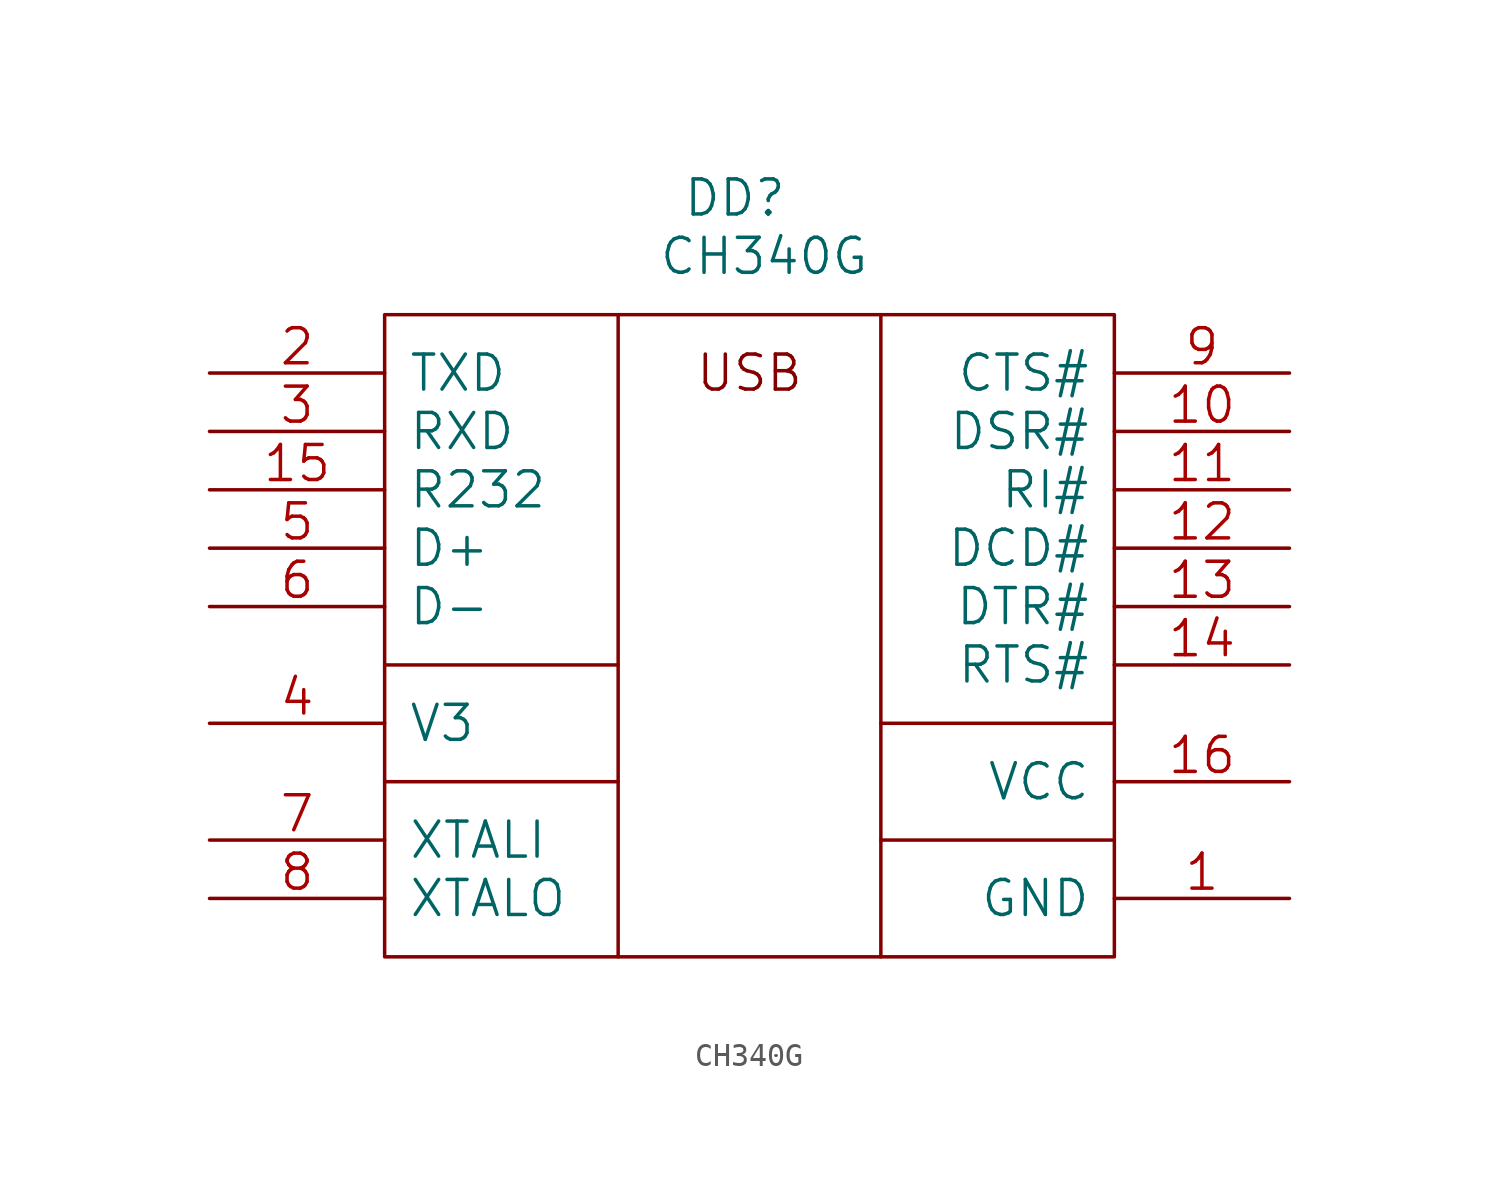
<source format=kicad_sym>
(kicad_symbol_lib
  (version 20211014)
  (generator kicad_symbol_editor)
  (symbol "CH340G"
    (pin_names
      (offset 1.016))
    (property "Reference" "DD"
      (at 15.24 5.08 0)
      (effects (font (size 1.524 1.524))))
    (property "Value" "CH340G"
      (at 16.51 2.54 0)
      (effects (font (size 1.524 1.524))))
    (property "Footprint" ""
      (at 0 0 0)
      (effects (font (size 1.524 1.524))))
    (property "Datasheet" ""
      (at 0 0 0)
      (effects (font (size 1.524 1.524))))
    (symbol "CH340G_0_0"
      (text "USB" (at 15.875 -2.54 0) (effects (font (size 1.524 1.524))))
      (pin passive line (at 39.37 -25.4 180) (length 7.62) (name "GND" (effects (font (size 1.524 1.524)))) (number "1" (effects (font (size 1.524 1.524)))))
      (pin input line (at 39.37 -5.08 180) (length 7.62) (name "DSR#" (effects (font (size 1.524 1.524)))) (number "10" (effects (font (size 1.524 1.524)))))
      (pin input line (at 39.37 -7.62 180) (length 7.62) (name "RI#" (effects (font (size 1.524 1.524)))) (number "11" (effects (font (size 1.524 1.524)))))
      (pin input line (at 39.37 -10.16 180) (length 7.62) (name "DCD#" (effects (font (size 1.524 1.524)))) (number "12" (effects (font (size 1.524 1.524)))))
      (pin output line (at 39.37 -12.7 180) (length 7.62) (name "DTR#" (effects (font (size 1.524 1.524)))) (number "13" (effects (font (size 1.524 1.524)))))
      (pin output line (at 39.37 -15.24 180) (length 7.62) (name "RTS#" (effects (font (size 1.524 1.524)))) (number "14" (effects (font (size 1.524 1.524)))))
      (pin input line (at -7.62 -7.62 0) (length 7.62) (name "R232" (effects (font (size 1.524 1.524)))) (number "15" (effects (font (size 1.524 1.524)))))
      (pin power_in line (at 39.37 -20.32 180) (length 7.62) (name "VCC" (effects (font (size 1.524 1.524)))) (number "16" (effects (font (size 1.524 1.524)))))
      (pin output line (at -7.62 -2.54 0) (length 7.62) (name "TXD" (effects (font (size 1.524 1.524)))) (number "2" (effects (font (size 1.524 1.524)))))
      (pin input line (at -7.62 -5.08 0) (length 7.62) (name "RXD" (effects (font (size 1.524 1.524)))) (number "3" (effects (font (size 1.524 1.524)))))
      (pin power_in line (at -7.62 -17.78 0) (length 7.62) (name "V3" (effects (font (size 1.524 1.524)))) (number "4" (effects (font (size 1.524 1.524)))))
      (pin bidirectional line (at -7.62 -10.16 0) (length 7.62) (name "D+" (effects (font (size 1.524 1.524)))) (number "5" (effects (font (size 1.524 1.524)))))
      (pin bidirectional line (at -7.62 -12.7 0) (length 7.62) (name "D-" (effects (font (size 1.524 1.524)))) (number "6" (effects (font (size 1.524 1.524)))))
      (pin input line (at -7.62 -22.86 0) (length 7.62) (name "XTALI" (effects (font (size 1.524 1.524)))) (number "7" (effects (font (size 1.524 1.524)))))
      (pin output line (at -7.62 -25.4 0) (length 7.62) (name "XTALO" (effects (font (size 1.524 1.524)))) (number "8" (effects (font (size 1.524 1.524)))))
      (pin input line (at 39.37 -2.54 180) (length 7.62) (name "CTS#" (effects (font (size 1.524 1.524)))) (number "9" (effects (font (size 1.524 1.524))))))
    (symbol "CH340G_0_1"
      (polyline (pts (xy 0 -20.32) (xy 10.16 -20.32)) (stroke (width 0) (type default) (color 0 0 0 0)) (fill (type none)))
      (polyline (pts (xy 0 -15.24) (xy 10.16 -15.24)) (stroke (width 0) (type default) (color 0 0 0 0)) (fill (type none)))
      (polyline (pts (xy 10.16 0) (xy 10.16 -27.94)) (stroke (width 0) (type default) (color 0 0 0 0)) (fill (type none)))
      (polyline (pts (xy 21.59 -22.86) (xy 31.75 -22.86)) (stroke (width 0) (type default) (color 0 0 0 0)) (fill (type none)))
      (polyline (pts (xy 21.59 -17.78) (xy 31.75 -17.78)) (stroke (width 0) (type default) (color 0 0 0 0)) (fill (type none)))
      (polyline (pts (xy 21.59 0) (xy 21.59 -27.94)) (stroke (width 0) (type default) (color 0 0 0 0)) (fill (type none)))
      (rectangle (start 0 0) (end 31.75 -27.94) (stroke (width 0) (type default) (color 0 0 0 0)) (fill (type none))))))
</source>
